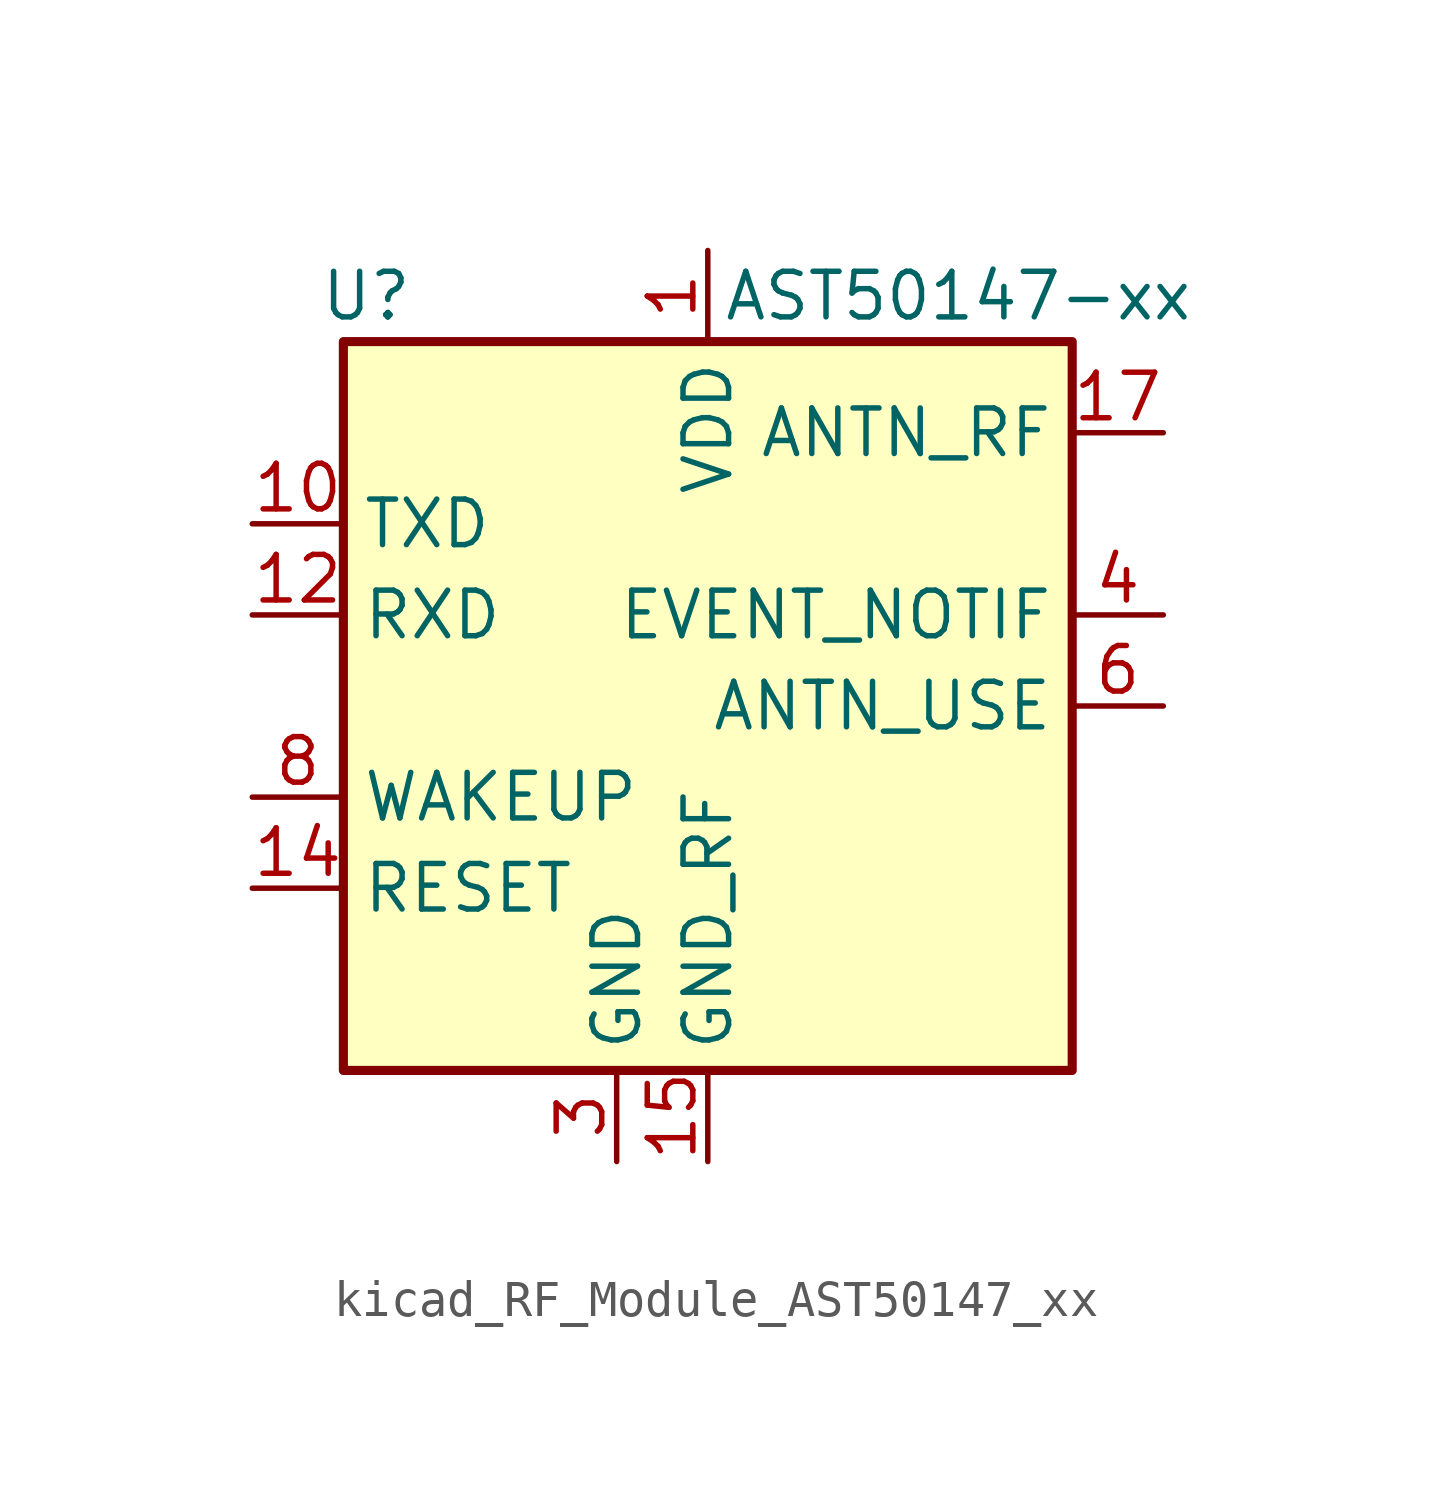
<source format=kicad_sym>
(kicad_symbol_lib
  (version 20220914)
  (generator kicad_symbol_editor)
  (symbol "kicad_RF_Module_AST50147_xx"
    (property "Reference" "U"
      (at -9.525 11.43 0)
      (effects (font (size 1.27 1.27))))
    (property "Value" "AST50147-xx"
      (at 6.985 11.43 0)
      (effects (font (size 1.27 1.27))))
    (symbol "kicad_RF_Module_AST50147_xx_0_1"
      (rectangle (start -10.16 10.16) (end 10.16 -10.16) (stroke (width 0.254) (type default)) (fill (type background))))
    (symbol "kicad_RF_Module_AST50147_xx_1_1"
      (pin power_in line (at 0 12.7 270) (length 2.54) (name "VDD" (effects (font (size 1.27 1.27)))) (number "1" (effects (font (size 1.27 1.27)))))
      (pin output line (at -12.7 5.08 0) (length 2.54) (name "TXD" (effects (font (size 1.27 1.27)))) (number "10" (effects (font (size 1.27 1.27)))))
      (pin passive line (at -2.54 -12.7 90) (length 2.54) hide (name "GND" (effects (font (size 1.27 1.27)))) (number "11" (effects (font (size 1.27 1.27)))))
      (pin input line (at -12.7 2.54 0) (length 2.54) (name "RXD" (effects (font (size 1.27 1.27)))) (number "12" (effects (font (size 1.27 1.27)))))
      (pin passive line (at -2.54 -12.7 90) (length 2.54) hide (name "GND" (effects (font (size 1.27 1.27)))) (number "13" (effects (font (size 1.27 1.27)))))
      (pin input line (at -12.7 -5.08 0) (length 2.54) (name "RESET" (effects (font (size 1.27 1.27)))) (number "14" (effects (font (size 1.27 1.27)))))
      (pin power_in line (at 0 -12.7 90) (length 2.54) (name "GND_RF" (effects (font (size 1.27 1.27)))) (number "15" (effects (font (size 1.27 1.27)))))
      (pin passive line (at 0 -12.7 90) (length 2.54) hide (name "GND_RF" (effects (font (size 1.27 1.27)))) (number "16" (effects (font (size 1.27 1.27)))))
      (pin passive line (at 12.7 7.62 180) (length 2.54) (name "ANTN_RF" (effects (font (size 1.27 1.27)))) (number "17" (effects (font (size 1.27 1.27)))))
      (pin passive line (at 0 -12.7 90) (length 2.54) hide (name "GND_RF" (effects (font (size 1.27 1.27)))) (number "18" (effects (font (size 1.27 1.27)))))
      (pin passive line (at 0 -12.7 90) (length 2.54) hide (name "GND_RF" (effects (font (size 1.27 1.27)))) (number "19" (effects (font (size 1.27 1.27)))))
      (pin passive line (at 0 12.7 270) (length 2.54) hide (name "VDD" (effects (font (size 1.27 1.27)))) (number "2" (effects (font (size 1.27 1.27)))))
      (pin no_connect line (at -7.62 10.16 270) (length 2.54) hide (name "RSVD" (effects (font (size 1.27 1.27)))) (number "20" (effects (font (size 1.27 1.27)))))
      (pin no_connect line (at -5.08 10.16 270) (length 2.54) hide (name "RSVD" (effects (font (size 1.27 1.27)))) (number "21" (effects (font (size 1.27 1.27)))))
      (pin no_connect line (at -2.54 10.16 270) (length 2.54) hide (name "RSVD" (effects (font (size 1.27 1.27)))) (number "22" (effects (font (size 1.27 1.27)))))
      (pin passive line (at -2.54 -12.7 90) (length 2.54) hide (name "GND" (effects (font (size 1.27 1.27)))) (number "23" (effects (font (size 1.27 1.27)))))
      (pin no_connect line (at -10.16 0 0) (length 2.54) hide (name "N.C." (effects (font (size 1.27 1.27)))) (number "24" (effects (font (size 1.27 1.27)))))
      (pin passive line (at -2.54 -12.7 90) (length 2.54) hide (name "GND" (effects (font (size 1.27 1.27)))) (number "25" (effects (font (size 1.27 1.27)))))
      (pin no_connect line (at 2.54 -10.16 90) (length 2.54) hide (name "N.C." (effects (font (size 1.27 1.27)))) (number "26" (effects (font (size 1.27 1.27)))))
      (pin passive line (at -2.54 -12.7 90) (length 2.54) hide (name "GND" (effects (font (size 1.27 1.27)))) (number "27" (effects (font (size 1.27 1.27)))))
      (pin no_connect line (at 5.08 -10.16 90) (length 2.54) hide (name "N.C." (effects (font (size 1.27 1.27)))) (number "28" (effects (font (size 1.27 1.27)))))
      (pin passive line (at -2.54 -12.7 90) (length 2.54) hide (name "GND" (effects (font (size 1.27 1.27)))) (number "29" (effects (font (size 1.27 1.27)))))
      (pin power_in line (at -2.54 -12.7 90) (length 2.54) (name "GND" (effects (font (size 1.27 1.27)))) (number "3" (effects (font (size 1.27 1.27)))))
      (pin no_connect line (at 7.62 -10.16 90) (length 2.54) hide (name "N.C." (effects (font (size 1.27 1.27)))) (number "30" (effects (font (size 1.27 1.27)))))
      (pin passive line (at -2.54 -12.7 90) (length 2.54) hide (name "GND" (effects (font (size 1.27 1.27)))) (number "31" (effects (font (size 1.27 1.27)))))
      (pin no_connect line (at 7.62 10.16 270) (length 2.54) hide (name "N.C." (effects (font (size 1.27 1.27)))) (number "32" (effects (font (size 1.27 1.27)))))
      (pin passive line (at -2.54 -12.7 90) (length 2.54) hide (name "GND" (effects (font (size 1.27 1.27)))) (number "33" (effects (font (size 1.27 1.27)))))
      (pin no_connect line (at -10.16 -7.62 0) (length 2.54) hide (name "N.C." (effects (font (size 1.27 1.27)))) (number "34" (effects (font (size 1.27 1.27)))))
      (pin no_connect line (at 10.16 -2.54 180) (length 2.54) hide (name "N.C." (effects (font (size 1.27 1.27)))) (number "35" (effects (font (size 1.27 1.27)))))
      (pin passive line (at -2.54 -12.7 90) (length 2.54) hide (name "GND" (effects (font (size 1.27 1.27)))) (number "36" (effects (font (size 1.27 1.27)))))
      (pin no_connect line (at 2.54 10.16 270) (length 2.54) hide (name "RSVD" (effects (font (size 1.27 1.27)))) (number "37" (effects (font (size 1.27 1.27)))))
      (pin no_connect line (at 5.08 10.16 270) (length 2.54) hide (name "RSVD" (effects (font (size 1.27 1.27)))) (number "38" (effects (font (size 1.27 1.27)))))
      (pin output line (at 12.7 2.54 180) (length 2.54) (name "EVENT_NOTIF" (effects (font (size 1.27 1.27)))) (number "4" (effects (font (size 1.27 1.27)))))
      (pin passive line (at -2.54 -12.7 90) (length 2.54) hide (name "GND" (effects (font (size 1.27 1.27)))) (number "5" (effects (font (size 1.27 1.27)))))
      (pin output line (at 12.7 0 180) (length 2.54) (name "ANTN_USE" (effects (font (size 1.27 1.27)))) (number "6" (effects (font (size 1.27 1.27)))))
      (pin passive line (at -2.54 -12.7 90) (length 2.54) hide (name "GND" (effects (font (size 1.27 1.27)))) (number "7" (effects (font (size 1.27 1.27)))))
      (pin input line (at -12.7 -2.54 0) (length 2.54) (name "WAKEUP" (effects (font (size 1.27 1.27)))) (number "8" (effects (font (size 1.27 1.27)))))
      (pin passive line (at -2.54 -12.7 90) (length 2.54) hide (name "GND" (effects (font (size 1.27 1.27)))) (number "9" (effects (font (size 1.27 1.27))))))))
</source>
